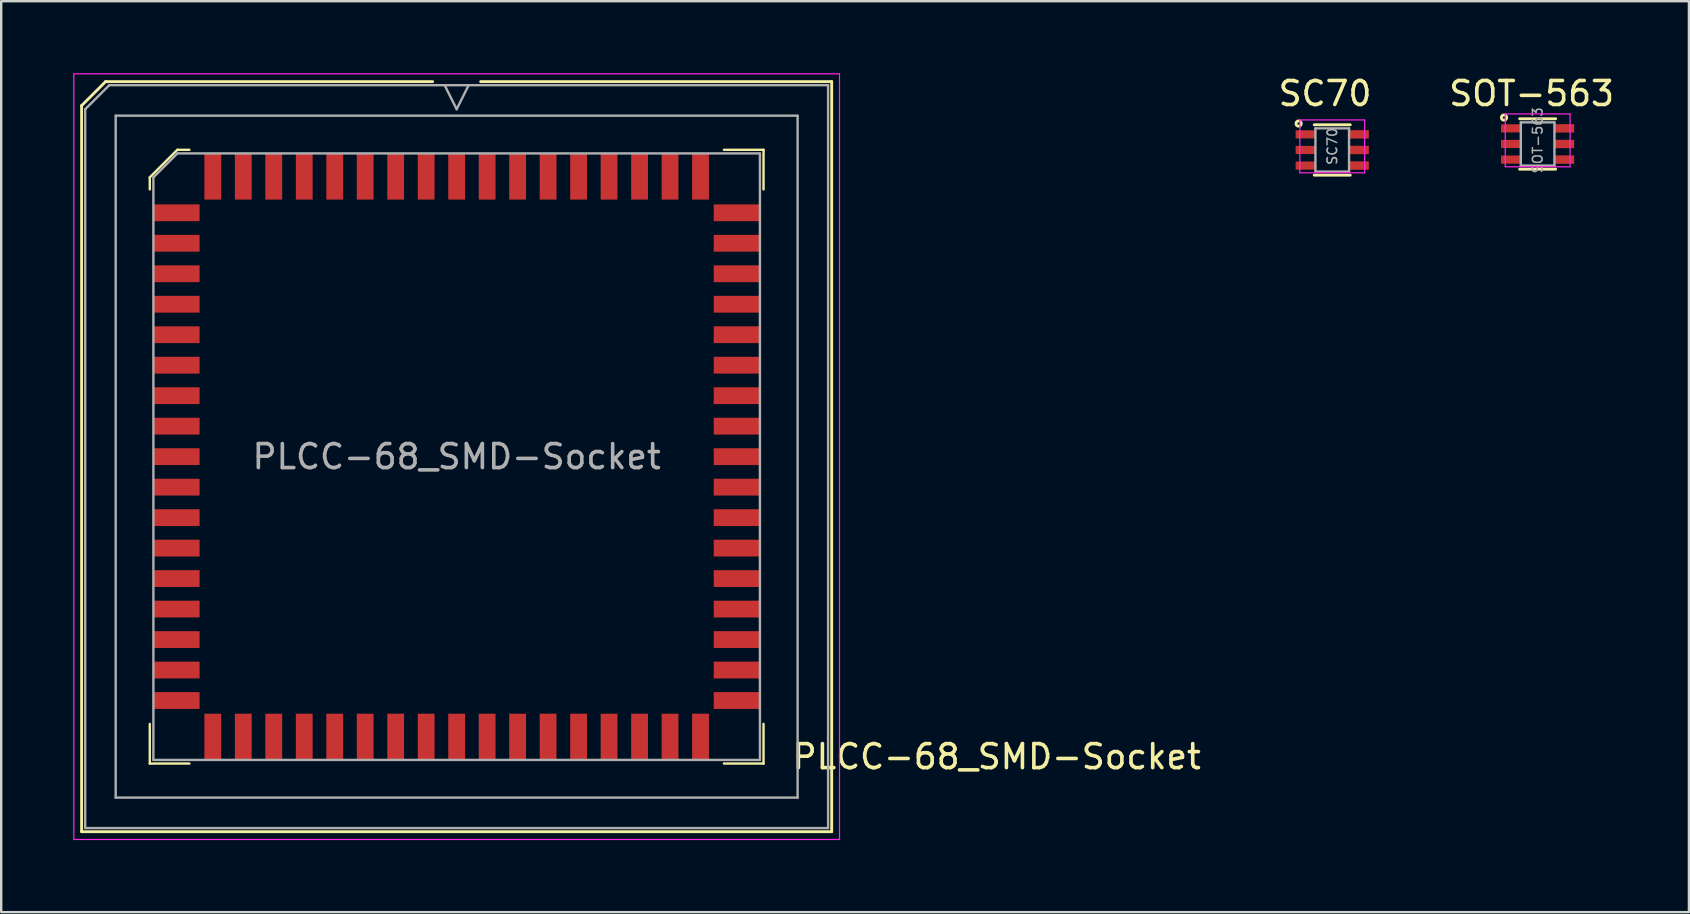
<source format=kicad_pcb>
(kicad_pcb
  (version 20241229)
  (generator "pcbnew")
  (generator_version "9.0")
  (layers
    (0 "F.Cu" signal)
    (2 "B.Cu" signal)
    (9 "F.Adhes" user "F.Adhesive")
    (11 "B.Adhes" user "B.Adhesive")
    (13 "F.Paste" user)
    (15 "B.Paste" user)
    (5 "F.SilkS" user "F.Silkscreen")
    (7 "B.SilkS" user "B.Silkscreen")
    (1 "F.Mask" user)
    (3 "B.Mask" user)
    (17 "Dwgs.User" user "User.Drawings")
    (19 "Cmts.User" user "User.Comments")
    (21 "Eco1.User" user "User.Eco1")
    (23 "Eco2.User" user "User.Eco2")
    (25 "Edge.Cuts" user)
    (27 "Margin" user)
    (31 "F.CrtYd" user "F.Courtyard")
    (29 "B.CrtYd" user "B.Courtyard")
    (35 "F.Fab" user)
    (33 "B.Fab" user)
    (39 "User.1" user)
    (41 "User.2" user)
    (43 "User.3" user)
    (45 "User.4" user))
  (footprint "SC70"
    (layer "F.Cu")
    (at 52.454 3.048)
    (property "Reference" "SC70" (at -0.3 -2.2 0) (layer "F.SilkS") (effects (font (size 1 1) (thickness 0.15))))
    (attr smd)
    (fp_line (start -0.75 -0.9) (end 0.75 -0.9) (stroke (width 0.12) (type solid)) (layer "F.SilkS"))
    (fp_line (start 0.75 1.2) (end -0.75 1.2) (stroke (width 0.12) (type solid)) (layer "F.SilkS"))
    (fp_circle (center -1.4 -0.95) (end -1.35 -0.95) (stroke (width 0.12) (type solid)) (fill no) (layer "F.SilkS"))
    (fp_line (start -1.35 -1.1) (end -1.35 1.1) (stroke (width 0.05) (type solid)) (layer "F.CrtYd"))
    (fp_line (start -1.35 -1.1) (end 1.35 -1.1) (stroke (width 0.05) (type solid)) (layer "F.CrtYd"))
    (fp_line (start 1.35 1.1) (end -1.35 1.1) (stroke (width 0.05) (type solid)) (layer "F.CrtYd"))
    (fp_line (start 1.35 1.1) (end 1.35 -1.1) (stroke (width 0.05) (type solid)) (layer "F.CrtYd"))
    (fp_line (start -0.7 -0.75) (end -0.7 1.05) (stroke (width 0.1) (type solid)) (layer "F.Fab"))
    (fp_line (start -0.7 1.05) (end 0.7 1.05) (stroke (width 0.1) (type solid)) (layer "F.Fab"))
    (fp_line (start 0.7 -0.75) (end -0.7 -0.75) (stroke (width 0.1) (type solid)) (layer "F.Fab"))
    (fp_line (start 0.7 1.05) (end 0.7 -0.75) (stroke (width 0.1) (type solid)) (layer "F.Fab"))
    (fp_text user "${REFERENCE}" (at 0 0 90) (layer "F.Fab") (effects (font (size 0.4 0.4) (thickness 0.062))))
    (pad "1" smd rect (at -1.1 -0.5) (size 0.85 0.34) (layers "F.Cu" "F.Mask" "F.Paste"))
    (pad "2" smd rect (at -1.1 0.15) (size 0.85 0.34) (layers "F.Cu" "F.Mask" "F.Paste"))
    (pad "3" smd rect (at -1.1 0.8) (size 0.85 0.34) (layers "F.Cu" "F.Mask" "F.Paste"))
    (pad "4" smd rect (at 1.1 0.8) (size 0.85 0.35) (layers "F.Cu" "F.Mask" "F.Paste"))
    (pad "5" smd rect (at 1.1 0.15) (size 0.85 0.35) (layers "F.Cu" "F.Mask" "F.Paste"))
    (pad "6" smd rect (at 1.1 -0.5) (size 0.85 0.35) (layers "F.Cu" "F.Mask" "F.Paste")))
  (footprint "PLCC-68_SMD-Socket"
    (layer "F.Cu")
    (at 15.975 15.975)
    (property "Reference" "PLCC-68_SMD-Socket" (at 22.5 12.5 0) (layer "F.SilkS") (effects (font (size 1 1) (thickness 0.15))))
    (attr smd)
    (fp_line (start -15.625 -14.625) (end -15.625 15.625) (stroke (width 0.12) (type solid)) (layer "F.SilkS"))
    (fp_line (start -15.625 15.625) (end 15.625 15.625) (stroke (width 0.12) (type solid)) (layer "F.SilkS"))
    (fp_line (start -14.625 -15.625) (end -15.625 -14.625) (stroke (width 0.12) (type solid)) (layer "F.SilkS"))
    (fp_line (start -12.785 -11.635) (end -12.785 -11.135) (stroke (width 0.1) (type solid)) (layer "F.SilkS"))
    (fp_line (start -12.785 12.785) (end -12.785 11.135) (stroke (width 0.1) (type solid)) (layer "F.SilkS"))
    (fp_line (start -11.635 -12.785) (end -12.785 -11.635) (stroke (width 0.1) (type solid)) (layer "F.SilkS"))
    (fp_line (start -11.135 -12.785) (end -11.635 -12.785) (stroke (width 0.1) (type solid)) (layer "F.SilkS"))
    (fp_line (start -11.135 12.785) (end -12.785 12.785) (stroke (width 0.1) (type solid)) (layer "F.SilkS"))
    (fp_line (start -1 -15.625) (end -14.625 -15.625) (stroke (width 0.12) (type solid)) (layer "F.SilkS"))
    (fp_line (start 11.135 -12.785) (end 12.785 -12.785) (stroke (width 0.1) (type solid)) (layer "F.SilkS"))
    (fp_line (start 11.135 12.785) (end 12.785 12.785) (stroke (width 0.1) (type solid)) (layer "F.SilkS"))
    (fp_line (start 12.785 -12.785) (end 12.785 -11.135) (stroke (width 0.1) (type solid)) (layer "F.SilkS"))
    (fp_line (start 12.785 12.785) (end 12.785 11.135) (stroke (width 0.1) (type solid)) (layer "F.SilkS"))
    (fp_line (start 15.625 -15.625) (end 1 -15.625) (stroke (width 0.12) (type solid)) (layer "F.SilkS"))
    (fp_line (start 15.625 15.625) (end 15.625 -15.625) (stroke (width 0.12) (type solid)) (layer "F.SilkS"))
    (fp_line (start -15.95 -15.95) (end -15.95 15.95) (stroke (width 0.05) (type solid)) (layer "F.CrtYd"))
    (fp_line (start -15.95 15.95) (end 15.95 15.95) (stroke (width 0.05) (type solid)) (layer "F.CrtYd"))
    (fp_line (start 15.95 -15.95) (end -15.95 -15.95) (stroke (width 0.05) (type solid)) (layer "F.CrtYd"))
    (fp_line (start 15.95 15.95) (end 15.95 -15.95) (stroke (width 0.05) (type solid)) (layer "F.CrtYd"))
    (fp_line (start -15.475 -14.475) (end -15.475 15.475) (stroke (width 0.1) (type solid)) (layer "F.Fab"))
    (fp_line (start -15.475 15.475) (end 15.475 15.475) (stroke (width 0.1) (type solid)) (layer "F.Fab"))
    (fp_line (start -14.475 -15.475) (end -15.475 -14.475) (stroke (width 0.1) (type solid)) (layer "F.Fab"))
    (fp_line (start -14.205 -14.205) (end -14.205 14.205) (stroke (width 0.1) (type solid)) (layer "F.Fab"))
    (fp_line (start -14.205 14.205) (end 14.205 14.205) (stroke (width 0.1) (type solid)) (layer "F.Fab"))
    (fp_line (start -12.635 -11.635) (end -12.635 12.635) (stroke (width 0.1) (type solid)) (layer "F.Fab"))
    (fp_line (start -12.635 12.635) (end 12.635 12.635) (stroke (width 0.1) (type solid)) (layer "F.Fab"))
    (fp_line (start -11.635 -12.635) (end -12.635 -11.635) (stroke (width 0.1) (type solid)) (layer "F.Fab"))
    (fp_line (start -0.5 -15.475) (end 0 -14.475) (stroke (width 0.1) (type solid)) (layer "F.Fab"))
    (fp_line (start 0 -14.475) (end 0.5 -15.475) (stroke (width 0.1) (type solid)) (layer "F.Fab"))
    (fp_line (start 12.635 -12.635) (end -11.635 -12.635) (stroke (width 0.1) (type solid)) (layer "F.Fab"))
    (fp_line (start 12.635 12.635) (end 12.635 -12.635) (stroke (width 0.1) (type solid)) (layer "F.Fab"))
    (fp_line (start 14.205 -14.205) (end -14.205 -14.205) (stroke (width 0.1) (type solid)) (layer "F.Fab"))
    (fp_line (start 14.205 14.205) (end 14.205 -14.205) (stroke (width 0.1) (type solid)) (layer "F.Fab"))
    (fp_line (start 15.475 -15.475) (end -14.475 -15.475) (stroke (width 0.1) (type solid)) (layer "F.Fab"))
    (fp_line (start 15.475 15.475) (end 15.475 -15.475) (stroke (width 0.1) (type solid)) (layer "F.Fab"))
    (fp_text user "${REFERENCE}" (at 0 0 0) (layer "F.Fab") (effects (font (size 1 1) (thickness 0.15))))
    (pad "1" smd rect (at 0 -11.672) (size 0.7 1.925) (layers "F.Cu" "F.Mask" "F.Paste"))
    (pad "2" smd rect (at -1.27 -11.672) (size 0.7 1.925) (layers "F.Cu" "F.Mask" "F.Paste"))
    (pad "3" smd rect (at -2.54 -11.672) (size 0.7 1.925) (layers "F.Cu" "F.Mask" "F.Paste"))
    (pad "4" smd rect (at -3.81 -11.672) (size 0.7 1.925) (layers "F.Cu" "F.Mask" "F.Paste"))
    (pad "5" smd rect (at -5.08 -11.672) (size 0.7 1.925) (layers "F.Cu" "F.Mask" "F.Paste"))
    (pad "6" smd rect (at -6.35 -11.672) (size 0.7 1.925) (layers "F.Cu" "F.Mask" "F.Paste"))
    (pad "7" smd rect (at -7.62 -11.672) (size 0.7 1.925) (layers "F.Cu" "F.Mask" "F.Paste"))
    (pad "8" smd rect (at -8.89 -11.672) (size 0.7 1.925) (layers "F.Cu" "F.Mask" "F.Paste"))
    (pad "9" smd rect (at -10.16 -11.672) (size 0.7 1.925) (layers "F.Cu" "F.Mask" "F.Paste"))
    (pad "10" smd rect (at -11.672 -10.16) (size 1.925 0.7) (layers "F.Cu" "F.Mask" "F.Paste"))
    (pad "11" smd rect (at -11.672 -8.89) (size 1.925 0.7) (layers "F.Cu" "F.Mask" "F.Paste"))
    (pad "12" smd rect (at -11.672 -7.62) (size 1.925 0.7) (layers "F.Cu" "F.Mask" "F.Paste"))
    (pad "13" smd rect (at -11.672 -6.35) (size 1.925 0.7) (layers "F.Cu" "F.Mask" "F.Paste"))
    (pad "14" smd rect (at -11.672 -5.08) (size 1.925 0.7) (layers "F.Cu" "F.Mask" "F.Paste"))
    (pad "15" smd rect (at -11.672 -3.81) (size 1.925 0.7) (layers "F.Cu" "F.Mask" "F.Paste"))
    (pad "16" smd rect (at -11.672 -2.54) (size 1.925 0.7) (layers "F.Cu" "F.Mask" "F.Paste"))
    (pad "17" smd rect (at -11.672 -1.27) (size 1.925 0.7) (layers "F.Cu" "F.Mask" "F.Paste"))
    (pad "18" smd rect (at -11.672 0) (size 1.925 0.7) (layers "F.Cu" "F.Mask" "F.Paste"))
    (pad "19" smd rect (at -11.672 1.27) (size 1.925 0.7) (layers "F.Cu" "F.Mask" "F.Paste"))
    (pad "20" smd rect (at -11.672 2.54) (size 1.925 0.7) (layers "F.Cu" "F.Mask" "F.Paste"))
    (pad "21" smd rect (at -11.672 3.81) (size 1.925 0.7) (layers "F.Cu" "F.Mask" "F.Paste"))
    (pad "22" smd rect (at -11.672 5.08) (size 1.925 0.7) (layers "F.Cu" "F.Mask" "F.Paste"))
    (pad "23" smd rect (at -11.672 6.35) (size 1.925 0.7) (layers "F.Cu" "F.Mask" "F.Paste"))
    (pad "24" smd rect (at -11.672 7.62) (size 1.925 0.7) (layers "F.Cu" "F.Mask" "F.Paste"))
    (pad "25" smd rect (at -11.672 8.89) (size 1.925 0.7) (layers "F.Cu" "F.Mask" "F.Paste"))
    (pad "26" smd rect (at -11.672 10.16) (size 1.925 0.7) (layers "F.Cu" "F.Mask" "F.Paste"))
    (pad "27" smd rect (at -10.16 11.672) (size 0.7 1.925) (layers "F.Cu" "F.Mask" "F.Paste"))
    (pad "28" smd rect (at -8.89 11.672) (size 0.7 1.925) (layers "F.Cu" "F.Mask" "F.Paste"))
    (pad "29" smd rect (at -7.62 11.672) (size 0.7 1.925) (layers "F.Cu" "F.Mask" "F.Paste"))
    (pad "30" smd rect (at -6.35 11.672) (size 0.7 1.925) (layers "F.Cu" "F.Mask" "F.Paste"))
    (pad "31" smd rect (at -5.08 11.672) (size 0.7 1.925) (layers "F.Cu" "F.Mask" "F.Paste"))
    (pad "32" smd rect (at -3.81 11.672) (size 0.7 1.925) (layers "F.Cu" "F.Mask" "F.Paste"))
    (pad "33" smd rect (at -2.54 11.672) (size 0.7 1.925) (layers "F.Cu" "F.Mask" "F.Paste"))
    (pad "34" smd rect (at -1.27 11.672) (size 0.7 1.925) (layers "F.Cu" "F.Mask" "F.Paste"))
    (pad "35" smd rect (at 0 11.672) (size 0.7 1.925) (layers "F.Cu" "F.Mask" "F.Paste"))
    (pad "36" smd rect (at 1.27 11.672) (size 0.7 1.925) (layers "F.Cu" "F.Mask" "F.Paste"))
    (pad "37" smd rect (at 2.54 11.672) (size 0.7 1.925) (layers "F.Cu" "F.Mask" "F.Paste"))
    (pad "38" smd rect (at 3.81 11.672) (size 0.7 1.925) (layers "F.Cu" "F.Mask" "F.Paste"))
    (pad "39" smd rect (at 5.08 11.672) (size 0.7 1.925) (layers "F.Cu" "F.Mask" "F.Paste"))
    (pad "40" smd rect (at 6.35 11.672) (size 0.7 1.925) (layers "F.Cu" "F.Mask" "F.Paste"))
    (pad "41" smd rect (at 7.62 11.672) (size 0.7 1.925) (layers "F.Cu" "F.Mask" "F.Paste"))
    (pad "42" smd rect (at 8.89 11.672) (size 0.7 1.925) (layers "F.Cu" "F.Mask" "F.Paste"))
    (pad "43" smd rect (at 10.16 11.672) (size 0.7 1.925) (layers "F.Cu" "F.Mask" "F.Paste"))
    (pad "44" smd rect (at 11.672 10.16) (size 1.925 0.7) (layers "F.Cu" "F.Mask" "F.Paste"))
    (pad "45" smd rect (at 11.672 8.89) (size 1.925 0.7) (layers "F.Cu" "F.Mask" "F.Paste"))
    (pad "46" smd rect (at 11.672 7.62) (size 1.925 0.7) (layers "F.Cu" "F.Mask" "F.Paste"))
    (pad "47" smd rect (at 11.672 6.35) (size 1.925 0.7) (layers "F.Cu" "F.Mask" "F.Paste"))
    (pad "48" smd rect (at 11.672 5.08) (size 1.925 0.7) (layers "F.Cu" "F.Mask" "F.Paste"))
    (pad "49" smd rect (at 11.672 3.81) (size 1.925 0.7) (layers "F.Cu" "F.Mask" "F.Paste"))
    (pad "50" smd rect (at 11.672 2.54) (size 1.925 0.7) (layers "F.Cu" "F.Mask" "F.Paste"))
    (pad "51" smd rect (at 11.672 1.27) (size 1.925 0.7) (layers "F.Cu" "F.Mask" "F.Paste"))
    (pad "52" smd rect (at 11.672 0) (size 1.925 0.7) (layers "F.Cu" "F.Mask" "F.Paste"))
    (pad "53" smd rect (at 11.672 -1.27) (size 1.925 0.7) (layers "F.Cu" "F.Mask" "F.Paste"))
    (pad "54" smd rect (at 11.672 -2.54) (size 1.925 0.7) (layers "F.Cu" "F.Mask" "F.Paste"))
    (pad "55" smd rect (at 11.672 -3.81) (size 1.925 0.7) (layers "F.Cu" "F.Mask" "F.Paste"))
    (pad "56" smd rect (at 11.672 -5.08) (size 1.925 0.7) (layers "F.Cu" "F.Mask" "F.Paste"))
    (pad "57" smd rect (at 11.672 -6.35) (size 1.925 0.7) (layers "F.Cu" "F.Mask" "F.Paste"))
    (pad "58" smd rect (at 11.672 -7.62) (size 1.925 0.7) (layers "F.Cu" "F.Mask" "F.Paste"))
    (pad "59" smd rect (at 11.672 -8.89) (size 1.925 0.7) (layers "F.Cu" "F.Mask" "F.Paste"))
    (pad "60" smd rect (at 11.672 -10.16) (size 1.925 0.7) (layers "F.Cu" "F.Mask" "F.Paste"))
    (pad "61" smd rect (at 10.16 -11.672) (size 0.7 1.925) (layers "F.Cu" "F.Mask" "F.Paste"))
    (pad "62" smd rect (at 8.89 -11.672) (size 0.7 1.925) (layers "F.Cu" "F.Mask" "F.Paste"))
    (pad "63" smd rect (at 7.62 -11.672) (size 0.7 1.925) (layers "F.Cu" "F.Mask" "F.Paste"))
    (pad "64" smd rect (at 6.35 -11.672) (size 0.7 1.925) (layers "F.Cu" "F.Mask" "F.Paste"))
    (pad "65" smd rect (at 5.08 -11.672) (size 0.7 1.925) (layers "F.Cu" "F.Mask" "F.Paste"))
    (pad "66" smd rect (at 3.81 -11.672) (size 0.7 1.925) (layers "F.Cu" "F.Mask" "F.Paste"))
    (pad "67" smd rect (at 2.54 -11.672) (size 0.7 1.925) (layers "F.Cu" "F.Mask" "F.Paste"))
    (pad "68" smd rect (at 1.27 -11.672) (size 0.7 1.925) (layers "F.Cu" "F.Mask" "F.Paste")))
  (footprint "SOT-563"
    (layer "F.Cu")
    (at 61.011 2.798)
    (property "Reference" "SOT-563" (at -0.25 -1.95 0) (layer "F.SilkS") (effects (font (size 1 1) (thickness 0.15))))
    (attr smd)
    (fp_line (start -0.75 -0.9) (end 0.75 -0.9) (stroke (width 0.12) (type solid)) (layer "F.SilkS"))
    (fp_line (start 0.75 1.2) (end -0.75 1.2) (stroke (width 0.12) (type solid)) (layer "F.SilkS"))
    (fp_circle (center -1.4 -0.95) (end -1.35 -0.95) (stroke (width 0.12) (type solid)) (fill no) (layer "F.SilkS"))
    (fp_line (start -1.35 -1.1) (end -1.35 1.1) (stroke (width 0.05) (type solid)) (layer "F.CrtYd"))
    (fp_line (start -1.35 -1.1) (end 1.35 -1.1) (stroke (width 0.05) (type solid)) (layer "F.CrtYd"))
    (fp_line (start 1.35 1.1) (end -1.35 1.1) (stroke (width 0.05) (type solid)) (layer "F.CrtYd"))
    (fp_line (start 1.35 1.1) (end 1.35 -1.1) (stroke (width 0.05) (type solid)) (layer "F.CrtYd"))
    (fp_line (start -0.7 -0.75) (end -0.7 1.05) (stroke (width 0.1) (type solid)) (layer "F.Fab"))
    (fp_line (start -0.7 1.05) (end 0.7 1.05) (stroke (width 0.1) (type solid)) (layer "F.Fab"))
    (fp_line (start 0.7 -0.75) (end -0.7 -0.75) (stroke (width 0.1) (type solid)) (layer "F.Fab"))
    (fp_line (start 0.7 1.05) (end 0.7 -0.75) (stroke (width 0.1) (type solid)) (layer "F.Fab"))
    (fp_text user "${REFERENCE}" (at 0 0 90) (layer "F.Fab") (effects (font (size 0.4 0.4) (thickness 0.062))))
    (pad "1" smd rect (at -1.1 -0.5) (size 0.85 0.34) (layers "F.Cu" "F.Mask" "F.Paste"))
    (pad "2" smd rect (at -1.1 0.15) (size 0.85 0.34) (layers "F.Cu" "F.Mask" "F.Paste"))
    (pad "3" smd rect (at -1.1 0.8) (size 0.85 0.34) (layers "F.Cu" "F.Mask" "F.Paste"))
    (pad "4" smd rect (at 1.1 0.8) (size 0.85 0.35) (layers "F.Cu" "F.Mask" "F.Paste"))
    (pad "5" smd rect (at 1.1 0.15) (size 0.85 0.35) (layers "F.Cu" "F.Mask" "F.Paste"))
    (pad "6" smd rect (at 1.1 -0.5) (size 0.85 0.35) (layers "F.Cu" "F.Mask" "F.Paste")))
  (gr_rect
    (start -3 -3)
    (end 67.314 34.95)
    (stroke (width 0.1) (type default))
    (fill no)
    (layer "Edge.Cuts")))
</source>
